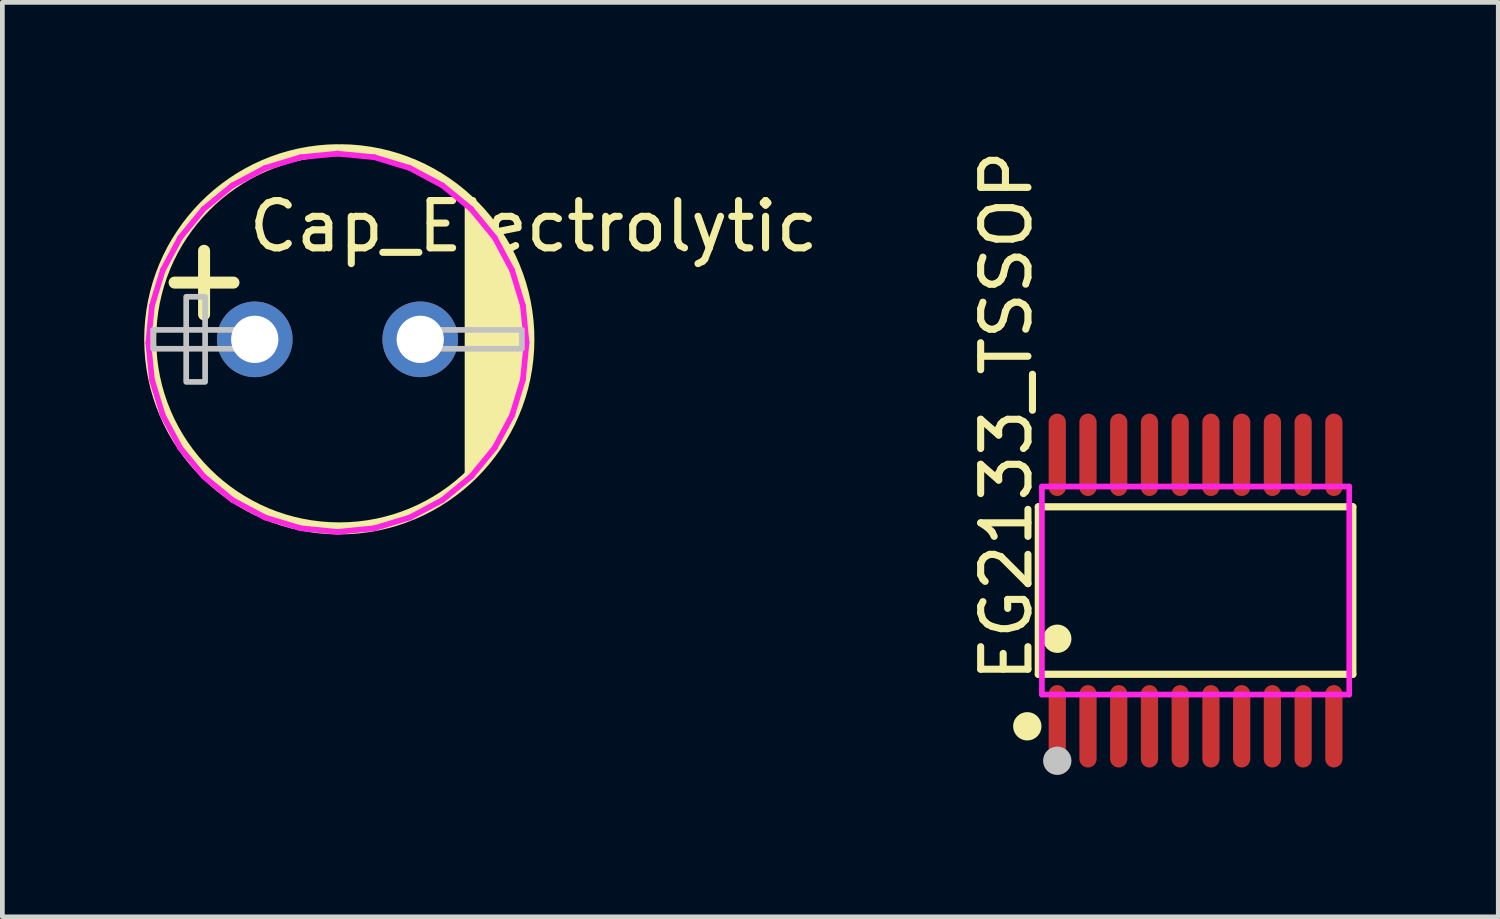
<source format=kicad_pcb>
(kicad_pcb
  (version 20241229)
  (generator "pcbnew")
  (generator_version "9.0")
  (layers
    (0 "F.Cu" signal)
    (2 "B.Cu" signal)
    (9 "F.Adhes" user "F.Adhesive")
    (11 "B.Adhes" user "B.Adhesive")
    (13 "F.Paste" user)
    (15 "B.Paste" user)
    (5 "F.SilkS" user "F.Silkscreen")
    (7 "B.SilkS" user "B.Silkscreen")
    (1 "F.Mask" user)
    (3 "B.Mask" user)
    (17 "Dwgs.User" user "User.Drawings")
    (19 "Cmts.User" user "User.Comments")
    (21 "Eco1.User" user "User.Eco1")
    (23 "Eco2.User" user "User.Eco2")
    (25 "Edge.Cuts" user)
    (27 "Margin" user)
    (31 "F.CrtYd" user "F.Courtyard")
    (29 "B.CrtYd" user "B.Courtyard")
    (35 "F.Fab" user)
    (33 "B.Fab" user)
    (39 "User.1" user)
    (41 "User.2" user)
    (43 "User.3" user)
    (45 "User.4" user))
  (footprint "EG2133_TSSOP"
    (layer "F.Cu")
    (at 22.236 9.44)
    (property "Reference" "EG2133_TSSOP" (at -4 2 90) (layer "F.SilkS") (effects (font (size 1 1) (thickness 0.15)) (justify left)))
    (attr through_hole)
    (fp_line (start -3.326 -1.771) (end 3.326 -1.771) (stroke (width 0.152) (type solid)) (layer "F.SilkS"))
    (fp_line (start -3.326 1.771) (end -3.326 -1.771) (stroke (width 0.152) (type solid)) (layer "F.SilkS"))
    (fp_line (start 3.326 -1.771) (end 3.326 1.771) (stroke (width 0.152) (type solid)) (layer "F.SilkS"))
    (fp_line (start 3.326 1.771) (end -3.326 1.771) (stroke (width 0.152) (type solid)) (layer "F.SilkS"))
    (fp_circle (center -3.559 2.871) (end -3.409 2.871) (stroke (width 0.3) (type solid)) (fill no) (layer "F.SilkS"))
    (fp_circle (center -2.925 1.019) (end -2.775 1.019) (stroke (width 0.3) (type solid)) (fill no) (layer "F.SilkS"))
    (fp_circle (center -2.925 3.6) (end -2.775 3.6) (stroke (width 0.3) (type solid)) (fill no) (layer "Dwgs.User"))
    (fp_line (start -3.055 -2.61) (end -3.055 -2.19) (stroke (width 0.12) (type solid)) (layer "Eco2.User"))
    (fp_line (start -3.055 -2.19) (end -2.795 -2.19) (stroke (width 0.12) (type solid)) (layer "Eco2.User"))
    (fp_line (start -3.055 2.19) (end -2.795 2.19) (stroke (width 0.12) (type solid)) (layer "Eco2.User"))
    (fp_line (start -3.055 2.61) (end -3.055 2.19) (stroke (width 0.12) (type solid)) (layer "Eco2.User"))
    (fp_line (start -2.795 -2.61) (end -3.055 -2.61) (stroke (width 0.12) (type solid)) (layer "Eco2.User"))
    (fp_line (start -2.795 -2.19) (end -2.795 -2.61) (stroke (width 0.12) (type solid)) (layer "Eco2.User"))
    (fp_line (start -2.795 2.19) (end -2.795 2.61) (stroke (width 0.12) (type solid)) (layer "Eco2.User"))
    (fp_line (start -2.795 2.61) (end -3.055 2.61) (stroke (width 0.12) (type solid)) (layer "Eco2.User"))
    (fp_line (start -2.405 -2.61) (end -2.405 -2.19) (stroke (width 0.12) (type solid)) (layer "Eco2.User"))
    (fp_line (start -2.405 -2.19) (end -2.145 -2.19) (stroke (width 0.12) (type solid)) (layer "Eco2.User"))
    (fp_line (start -2.405 2.19) (end -2.145 2.19) (stroke (width 0.12) (type solid)) (layer "Eco2.User"))
    (fp_line (start -2.405 2.61) (end -2.405 2.19) (stroke (width 0.12) (type solid)) (layer "Eco2.User"))
    (fp_line (start -2.145 -2.61) (end -2.405 -2.61) (stroke (width 0.12) (type solid)) (layer "Eco2.User"))
    (fp_line (start -2.145 -2.19) (end -2.145 -2.61) (stroke (width 0.12) (type solid)) (layer "Eco2.User"))
    (fp_line (start -2.145 2.19) (end -2.145 2.61) (stroke (width 0.12) (type solid)) (layer "Eco2.User"))
    (fp_line (start -2.145 2.61) (end -2.405 2.61) (stroke (width 0.12) (type solid)) (layer "Eco2.User"))
    (fp_line (start -1.755 -2.61) (end -1.755 -2.19) (stroke (width 0.12) (type solid)) (layer "Eco2.User"))
    (fp_line (start -1.755 -2.19) (end -1.495 -2.19) (stroke (width 0.12) (type solid)) (layer "Eco2.User"))
    (fp_line (start -1.755 2.19) (end -1.495 2.19) (stroke (width 0.12) (type solid)) (layer "Eco2.User"))
    (fp_line (start -1.755 2.61) (end -1.755 2.19) (stroke (width 0.12) (type solid)) (layer "Eco2.User"))
    (fp_line (start -1.495 -2.61) (end -1.755 -2.61) (stroke (width 0.12) (type solid)) (layer "Eco2.User"))
    (fp_line (start -1.495 -2.19) (end -1.495 -2.61) (stroke (width 0.12) (type solid)) (layer "Eco2.User"))
    (fp_line (start -1.495 2.19) (end -1.495 2.61) (stroke (width 0.12) (type solid)) (layer "Eco2.User"))
    (fp_line (start -1.495 2.61) (end -1.755 2.61) (stroke (width 0.12) (type solid)) (layer "Eco2.User"))
    (fp_line (start -1.105 -2.61) (end -1.105 -2.19) (stroke (width 0.12) (type solid)) (layer "Eco2.User"))
    (fp_line (start -1.105 -2.19) (end -0.845 -2.19) (stroke (width 0.12) (type solid)) (layer "Eco2.User"))
    (fp_line (start -1.105 2.19) (end -0.845 2.19) (stroke (width 0.12) (type solid)) (layer "Eco2.User"))
    (fp_line (start -1.105 2.61) (end -1.105 2.19) (stroke (width 0.12) (type solid)) (layer "Eco2.User"))
    (fp_line (start -0.845 -2.61) (end -1.105 -2.61) (stroke (width 0.12) (type solid)) (layer "Eco2.User"))
    (fp_line (start -0.845 -2.19) (end -0.845 -2.61) (stroke (width 0.12) (type solid)) (layer "Eco2.User"))
    (fp_line (start -0.845 2.19) (end -0.845 2.61) (stroke (width 0.12) (type solid)) (layer "Eco2.User"))
    (fp_line (start -0.845 2.61) (end -1.105 2.61) (stroke (width 0.12) (type solid)) (layer "Eco2.User"))
    (fp_line (start -0.455 -2.61) (end -0.455 -2.19) (stroke (width 0.12) (type solid)) (layer "Eco2.User"))
    (fp_line (start -0.455 -2.19) (end -0.195 -2.19) (stroke (width 0.12) (type solid)) (layer "Eco2.User"))
    (fp_line (start -0.455 2.19) (end -0.195 2.19) (stroke (width 0.12) (type solid)) (layer "Eco2.User"))
    (fp_line (start -0.455 2.61) (end -0.455 2.19) (stroke (width 0.12) (type solid)) (layer "Eco2.User"))
    (fp_line (start -0.195 -2.61) (end -0.455 -2.61) (stroke (width 0.12) (type solid)) (layer "Eco2.User"))
    (fp_line (start -0.195 -2.19) (end -0.195 -2.61) (stroke (width 0.12) (type solid)) (layer "Eco2.User"))
    (fp_line (start -0.195 2.19) (end -0.195 2.61) (stroke (width 0.12) (type solid)) (layer "Eco2.User"))
    (fp_line (start -0.195 2.61) (end -0.455 2.61) (stroke (width 0.12) (type solid)) (layer "Eco2.User"))
    (fp_line (start 0.195 -2.61) (end 0.195 -2.19) (stroke (width 0.12) (type solid)) (layer "Eco2.User"))
    (fp_line (start 0.195 -2.19) (end 0.455 -2.19) (stroke (width 0.12) (type solid)) (layer "Eco2.User"))
    (fp_line (start 0.195 2.19) (end 0.455 2.19) (stroke (width 0.12) (type solid)) (layer "Eco2.User"))
    (fp_line (start 0.195 2.61) (end 0.195 2.19) (stroke (width 0.12) (type solid)) (layer "Eco2.User"))
    (fp_line (start 0.455 -2.61) (end 0.195 -2.61) (stroke (width 0.12) (type solid)) (layer "Eco2.User"))
    (fp_line (start 0.455 -2.19) (end 0.455 -2.61) (stroke (width 0.12) (type solid)) (layer "Eco2.User"))
    (fp_line (start 0.455 2.19) (end 0.455 2.61) (stroke (width 0.12) (type solid)) (layer "Eco2.User"))
    (fp_line (start 0.455 2.61) (end 0.195 2.61) (stroke (width 0.12) (type solid)) (layer "Eco2.User"))
    (fp_line (start 0.845 -2.61) (end 0.845 -2.19) (stroke (width 0.12) (type solid)) (layer "Eco2.User"))
    (fp_line (start 0.845 -2.19) (end 1.105 -2.19) (stroke (width 0.12) (type solid)) (layer "Eco2.User"))
    (fp_line (start 0.845 2.19) (end 1.105 2.19) (stroke (width 0.12) (type solid)) (layer "Eco2.User"))
    (fp_line (start 0.845 2.61) (end 0.845 2.19) (stroke (width 0.12) (type solid)) (layer "Eco2.User"))
    (fp_line (start 1.105 -2.61) (end 0.845 -2.61) (stroke (width 0.12) (type solid)) (layer "Eco2.User"))
    (fp_line (start 1.105 -2.19) (end 1.105 -2.61) (stroke (width 0.12) (type solid)) (layer "Eco2.User"))
    (fp_line (start 1.105 2.19) (end 1.105 2.61) (stroke (width 0.12) (type solid)) (layer "Eco2.User"))
    (fp_line (start 1.105 2.61) (end 0.845 2.61) (stroke (width 0.12) (type solid)) (layer "Eco2.User"))
    (fp_line (start 1.495 -2.61) (end 1.495 -2.19) (stroke (width 0.12) (type solid)) (layer "Eco2.User"))
    (fp_line (start 1.495 -2.19) (end 1.755 -2.19) (stroke (width 0.12) (type solid)) (layer "Eco2.User"))
    (fp_line (start 1.495 2.19) (end 1.755 2.19) (stroke (width 0.12) (type solid)) (layer "Eco2.User"))
    (fp_line (start 1.495 2.61) (end 1.495 2.19) (stroke (width 0.12) (type solid)) (layer "Eco2.User"))
    (fp_line (start 1.755 -2.61) (end 1.495 -2.61) (stroke (width 0.12) (type solid)) (layer "Eco2.User"))
    (fp_line (start 1.755 -2.19) (end 1.755 -2.61) (stroke (width 0.12) (type solid)) (layer "Eco2.User"))
    (fp_line (start 1.755 2.19) (end 1.755 2.61) (stroke (width 0.12) (type solid)) (layer "Eco2.User"))
    (fp_line (start 1.755 2.61) (end 1.495 2.61) (stroke (width 0.12) (type solid)) (layer "Eco2.User"))
    (fp_line (start 2.145 -2.61) (end 2.145 -2.19) (stroke (width 0.12) (type solid)) (layer "Eco2.User"))
    (fp_line (start 2.145 -2.19) (end 2.405 -2.19) (stroke (width 0.12) (type solid)) (layer "Eco2.User"))
    (fp_line (start 2.145 2.19) (end 2.405 2.19) (stroke (width 0.12) (type solid)) (layer "Eco2.User"))
    (fp_line (start 2.145 2.61) (end 2.145 2.19) (stroke (width 0.12) (type solid)) (layer "Eco2.User"))
    (fp_line (start 2.405 -2.61) (end 2.145 -2.61) (stroke (width 0.12) (type solid)) (layer "Eco2.User"))
    (fp_line (start 2.405 -2.19) (end 2.405 -2.61) (stroke (width 0.12) (type solid)) (layer "Eco2.User"))
    (fp_line (start 2.405 2.19) (end 2.405 2.61) (stroke (width 0.12) (type solid)) (layer "Eco2.User"))
    (fp_line (start 2.405 2.61) (end 2.145 2.61) (stroke (width 0.12) (type solid)) (layer "Eco2.User"))
    (fp_line (start 2.795 -2.61) (end 2.795 -2.19) (stroke (width 0.12) (type solid)) (layer "Eco2.User"))
    (fp_line (start 2.795 -2.19) (end 3.055 -2.19) (stroke (width 0.12) (type solid)) (layer "Eco2.User"))
    (fp_line (start 2.795 2.19) (end 3.055 2.19) (stroke (width 0.12) (type solid)) (layer "Eco2.User"))
    (fp_line (start 2.795 2.61) (end 2.795 2.19) (stroke (width 0.12) (type solid)) (layer "Eco2.User"))
    (fp_line (start 3.055 -2.61) (end 2.795 -2.61) (stroke (width 0.12) (type solid)) (layer "Eco2.User"))
    (fp_line (start 3.055 -2.19) (end 3.055 -2.61) (stroke (width 0.12) (type solid)) (layer "Eco2.User"))
    (fp_line (start 3.055 2.19) (end 3.055 2.61) (stroke (width 0.12) (type solid)) (layer "Eco2.User"))
    (fp_line (start 3.055 2.61) (end 2.795 2.61) (stroke (width 0.12) (type solid)) (layer "Eco2.User"))
    (fp_circle (center -3.25 3.2) (end -3.22 3.2) (stroke (width 0.06) (type solid)) (fill no) (layer "Eco2.User"))
    (fp_poly (pts (xy -3.055 -3.2) (xy -3.055 -2.6) (xy -2.795 -2.6) (xy -2.795 -3.2)) (stroke (width 0.12) (type solid)) (fill no) (layer "Eco2.User"))
    (fp_poly (pts (xy -3.055 3.2) (xy -3.055 2.6) (xy -2.795 2.6) (xy -2.795 3.2)) (stroke (width 0.12) (type solid)) (fill no) (layer "Eco2.User"))
    (fp_poly (pts (xy -2.405 -3.2) (xy -2.405 -2.6) (xy -2.145 -2.6) (xy -2.145 -3.2)) (stroke (width 0.12) (type solid)) (fill no) (layer "Eco2.User"))
    (fp_poly (pts (xy -2.405 3.2) (xy -2.405 2.6) (xy -2.145 2.6) (xy -2.145 3.2)) (stroke (width 0.12) (type solid)) (fill no) (layer "Eco2.User"))
    (fp_poly (pts (xy -1.755 -3.2) (xy -1.755 -2.6) (xy -1.495 -2.6) (xy -1.495 -3.2)) (stroke (width 0.12) (type solid)) (fill no) (layer "Eco2.User"))
    (fp_poly (pts (xy -1.755 3.2) (xy -1.755 2.6) (xy -1.495 2.6) (xy -1.495 3.2)) (stroke (width 0.12) (type solid)) (fill no) (layer "Eco2.User"))
    (fp_poly (pts (xy -1.105 -3.2) (xy -1.105 -2.6) (xy -0.845 -2.6) (xy -0.845 -3.2)) (stroke (width 0.12) (type solid)) (fill no) (layer "Eco2.User"))
    (fp_poly (pts (xy -1.105 3.2) (xy -1.105 2.6) (xy -0.845 2.6) (xy -0.845 3.2)) (stroke (width 0.12) (type solid)) (fill no) (layer "Eco2.User"))
    (fp_poly (pts (xy -0.455 -3.2) (xy -0.455 -2.6) (xy -0.195 -2.6) (xy -0.195 -3.2)) (stroke (width 0.12) (type solid)) (fill no) (layer "Eco2.User"))
    (fp_poly (pts (xy -0.455 3.2) (xy -0.455 2.6) (xy -0.195 2.6) (xy -0.195 3.2)) (stroke (width 0.12) (type solid)) (fill no) (layer "Eco2.User"))
    (fp_poly (pts (xy 0.195 -3.2) (xy 0.195 -2.6) (xy 0.455 -2.6) (xy 0.455 -3.2)) (stroke (width 0.12) (type solid)) (fill no) (layer "Eco2.User"))
    (fp_poly (pts (xy 0.195 3.2) (xy 0.195 2.6) (xy 0.455 2.6) (xy 0.455 3.2)) (stroke (width 0.12) (type solid)) (fill no) (layer "Eco2.User"))
    (fp_poly (pts (xy 0.845 -3.2) (xy 0.845 -2.6) (xy 1.105 -2.6) (xy 1.105 -3.2)) (stroke (width 0.12) (type solid)) (fill no) (layer "Eco2.User"))
    (fp_poly (pts (xy 0.845 3.2) (xy 0.845 2.6) (xy 1.105 2.6) (xy 1.105 3.2)) (stroke (width 0.12) (type solid)) (fill no) (layer "Eco2.User"))
    (fp_poly (pts (xy 1.495 -3.2) (xy 1.495 -2.6) (xy 1.755 -2.6) (xy 1.755 -3.2)) (stroke (width 0.12) (type solid)) (fill no) (layer "Eco2.User"))
    (fp_poly (pts (xy 1.495 3.2) (xy 1.495 2.6) (xy 1.755 2.6) (xy 1.755 3.2)) (stroke (width 0.12) (type solid)) (fill no) (layer "Eco2.User"))
    (fp_poly (pts (xy 2.145 -3.2) (xy 2.145 -2.6) (xy 2.405 -2.6) (xy 2.405 -3.2)) (stroke (width 0.12) (type solid)) (fill no) (layer "Eco2.User"))
    (fp_poly (pts (xy 2.145 3.2) (xy 2.145 2.6) (xy 2.405 2.6) (xy 2.405 3.2)) (stroke (width 0.12) (type solid)) (fill no) (layer "Eco2.User"))
    (fp_poly (pts (xy 2.795 -3.2) (xy 2.795 -2.6) (xy 3.055 -2.6) (xy 3.055 -3.2)) (stroke (width 0.12) (type solid)) (fill no) (layer "Eco2.User"))
    (fp_poly (pts (xy 2.795 3.2) (xy 2.795 2.6) (xy 3.055 2.6) (xy 3.055 3.2)) (stroke (width 0.12) (type solid)) (fill no) (layer "Eco2.User"))
    (fp_line (start -3.25 -2.2) (end 3.25 -2.2) (stroke (width 0.12) (type solid)) (layer "F.CrtYd"))
    (fp_line (start -3.25 2.2) (end -3.25 -2.2) (stroke (width 0.12) (type solid)) (layer "F.CrtYd"))
    (fp_line (start 3.25 -2.2) (end 3.25 2.2) (stroke (width 0.12) (type solid)) (layer "F.CrtYd"))
    (fp_line (start 3.25 2.2) (end -3.25 2.2) (stroke (width 0.12) (type solid)) (layer "F.CrtYd"))
    (pad "1" smd oval (at -2.925 2.871) (size 0.364 1.742) (layers "F.Cu" "F.Mask" "F.Paste"))
    (pad "2" smd oval (at -2.275 2.871) (size 0.364 1.742) (layers "F.Cu" "F.Mask" "F.Paste"))
    (pad "3" smd oval (at -1.625 2.871) (size 0.364 1.742) (layers "F.Cu" "F.Mask" "F.Paste"))
    (pad "4" smd oval (at -0.975 2.871) (size 0.364 1.742) (layers "F.Cu" "F.Mask" "F.Paste"))
    (pad "5" smd oval (at -0.325 2.871) (size 0.364 1.742) (layers "F.Cu" "F.Mask" "F.Paste"))
    (pad "6" smd oval (at 0.325 2.871) (size 0.364 1.742) (layers "F.Cu" "F.Mask" "F.Paste"))
    (pad "7" smd oval (at 0.975 2.871) (size 0.364 1.742) (layers "F.Cu" "F.Mask" "F.Paste"))
    (pad "8" smd oval (at 1.625 2.871) (size 0.364 1.742) (layers "F.Cu" "F.Mask" "F.Paste"))
    (pad "9" smd oval (at 2.275 2.871) (size 0.364 1.742) (layers "F.Cu" "F.Mask" "F.Paste"))
    (pad "10" smd oval (at 2.925 2.871) (size 0.364 1.742) (layers "F.Cu" "F.Mask" "F.Paste"))
    (pad "11" smd oval (at 2.925 -2.871) (size 0.364 1.742) (layers "F.Cu" "F.Mask" "F.Paste"))
    (pad "12" smd oval (at 2.275 -2.871) (size 0.364 1.742) (layers "F.Cu" "F.Mask" "F.Paste"))
    (pad "13" smd oval (at 1.625 -2.871) (size 0.364 1.742) (layers "F.Cu" "F.Mask" "F.Paste"))
    (pad "14" smd oval (at 0.975 -2.871) (size 0.364 1.742) (layers "F.Cu" "F.Mask" "F.Paste"))
    (pad "15" smd oval (at 0.325 -2.871) (size 0.364 1.742) (layers "F.Cu" "F.Mask" "F.Paste"))
    (pad "16" smd oval (at -0.325 -2.871) (size 0.364 1.742) (layers "F.Cu" "F.Mask" "F.Paste"))
    (pad "17" smd oval (at -0.975 -2.871) (size 0.364 1.742) (layers "F.Cu" "F.Mask" "F.Paste"))
    (pad "18" smd oval (at -1.625 -2.871) (size 0.364 1.742) (layers "F.Cu" "F.Mask" "F.Paste"))
    (pad "19" smd oval (at -2.275 -2.871) (size 0.364 1.742) (layers "F.Cu" "F.Mask" "F.Paste"))
    (pad "20" smd oval (at -2.925 -2.871) (size 0.364 1.742) (layers "F.Cu" "F.Mask" "F.Paste")))
  (footprint "Cap_Electrolytic"
    (layer "F.Cu")
    (at 4.088 4.127)
    (property "Reference" "Cap_Electrolytic" (at -1.95 -2.39 0) (layer "F.SilkS") (effects (font (size 1 1) (thickness 0.15)) (justify left)))
    (attr through_hole)
    (fp_line (start -2.822 -0.527) (end -2.822 -1.873) (stroke (width 0.254) (type solid)) (layer "F.SilkS"))
    (fp_line (start -2.2 -1.2) (end -3.445 -1.2) (stroke (width 0.254) (type solid)) (layer "F.SilkS"))
    (fp_arc (start 0.074 -4) (mid 0.037552 3.998162) (end 0.002895 -4.000008) (stroke (width 0.254) (type solid)) (layer "F.SilkS"))
    (fp_poly (pts (xy 2.75 3) (xy 3.275 2.328) (xy 3.658 1.566) (xy 3.886 0.744) (xy 3.949 -0.106) (xy 3.844 -0.952) (xy 3.577 -1.762) (xy 3.157 -2.504) (xy 2.75 -3)) (stroke (width 0.12) (type solid)) (fill yes) (layer "F.SilkS"))
    (fp_poly (pts (xy -3.2 -0.5) (xy -3.2 0.9) (xy -2.8 0.9) (xy -2.8 -0.7) (xy -2.8 -0.9) (xy -3.2 -0.9)) (stroke (width 0.12) (type solid)) (fill no) (layer "Dwgs.User"))
    (fp_poly (pts (xy -2.5 -0.2) (xy -3.9 -0.2) (xy -3.9 0.2) (xy -2.3 0.2) (xy -2.1 0.2) (xy -2.1 -0.2)) (stroke (width 0.12) (type solid)) (fill no) (layer "Dwgs.User"))
    (fp_poly (pts (xy 3.5 -0.2) (xy 2.1 -0.2) (xy 2.1 0.2) (xy 3.7 0.2) (xy 3.9 0.2) (xy 3.9 -0.2)) (stroke (width 0.12) (type solid)) (fill no) (layer "Dwgs.User"))
    (fp_circle (center -4.001 4.072) (end -3.971 4.072) (stroke (width 0.06) (type solid)) (fill no) (layer "Eco2.User"))
    (fp_circle (center -1.75 0) (end -1.6 0) (stroke (width 0.3) (type solid)) (fill no) (layer "Eco2.User"))
    (fp_circle (center 1.75 0) (end 1.9 0) (stroke (width 0.3) (type solid)) (fill no) (layer "Eco2.User"))
    (fp_line (start -4.001 0.073) (end -3.924 0.853) (stroke (width 0.12) (type solid)) (layer "F.CrtYd"))
    (fp_line (start -3.925 -0.707) (end -4.001 0.073) (stroke (width 0.12) (type solid)) (layer "F.CrtYd"))
    (fp_line (start -3.924 0.853) (end -3.696 1.604) (stroke (width 0.12) (type solid)) (layer "F.CrtYd"))
    (fp_line (start -3.697 -1.458) (end -3.925 -0.707) (stroke (width 0.12) (type solid)) (layer "F.CrtYd"))
    (fp_line (start -3.696 1.604) (end -3.327 2.295) (stroke (width 0.12) (type solid)) (layer "F.CrtYd"))
    (fp_line (start -3.328 -2.15) (end -3.697 -1.458) (stroke (width 0.12) (type solid)) (layer "F.CrtYd"))
    (fp_line (start -3.327 2.295) (end -2.829 2.901) (stroke (width 0.12) (type solid)) (layer "F.CrtYd"))
    (fp_line (start -2.831 -2.756) (end -3.328 -2.15) (stroke (width 0.12) (type solid)) (layer "F.CrtYd"))
    (fp_line (start -2.829 2.901) (end -2.223 3.398) (stroke (width 0.12) (type solid)) (layer "F.CrtYd"))
    (fp_line (start -2.225 -3.254) (end -2.831 -2.756) (stroke (width 0.12) (type solid)) (layer "F.CrtYd"))
    (fp_line (start -2.223 3.398) (end -1.531 3.768) (stroke (width 0.12) (type solid)) (layer "F.CrtYd"))
    (fp_line (start -1.533 -3.623) (end -2.225 -3.254) (stroke (width 0.12) (type solid)) (layer "F.CrtYd"))
    (fp_line (start -1.531 3.768) (end -0.78 3.995) (stroke (width 0.12) (type solid)) (layer "F.CrtYd"))
    (fp_line (start -0.783 -3.851) (end -1.533 -3.623) (stroke (width 0.12) (type solid)) (layer "F.CrtYd"))
    (fp_line (start -0.78 3.995) (end -0.003 4.072) (stroke (width 0.12) (type solid)) (layer "F.CrtYd"))
    (fp_line (start -0.003 -3.928) (end -0.783 -3.851) (stroke (width 0.12) (type solid)) (layer "F.CrtYd"))
    (fp_line (start -0.003 4.072) (end 0 4.072) (stroke (width 0.12) (type solid)) (layer "F.CrtYd"))
    (fp_line (start 0 4.072) (end 0.78 3.995) (stroke (width 0.12) (type solid)) (layer "F.CrtYd"))
    (fp_line (start 0.778 -3.852) (end -0.003 -3.928) (stroke (width 0.12) (type solid)) (layer "F.CrtYd"))
    (fp_line (start 0.78 3.995) (end 1.531 3.767) (stroke (width 0.12) (type solid)) (layer "F.CrtYd"))
    (fp_line (start 1.528 -3.624) (end 0.778 -3.852) (stroke (width 0.12) (type solid)) (layer "F.CrtYd"))
    (fp_line (start 1.531 3.767) (end 2.222 3.397) (stroke (width 0.12) (type solid)) (layer "F.CrtYd"))
    (fp_line (start 2.22 -3.255) (end 1.528 -3.624) (stroke (width 0.12) (type solid)) (layer "F.CrtYd"))
    (fp_line (start 2.222 3.397) (end 2.828 2.899) (stroke (width 0.12) (type solid)) (layer "F.CrtYd"))
    (fp_line (start 2.826 -2.758) (end 2.22 -3.255) (stroke (width 0.12) (type solid)) (layer "F.CrtYd"))
    (fp_line (start 2.828 2.899) (end 3.325 2.293) (stroke (width 0.12) (type solid)) (layer "F.CrtYd"))
    (fp_line (start 3.324 -2.152) (end 2.826 -2.758) (stroke (width 0.12) (type solid)) (layer "F.CrtYd"))
    (fp_line (start 3.325 2.293) (end 3.695 1.601) (stroke (width 0.12) (type solid)) (layer "F.CrtYd"))
    (fp_line (start 3.694 -1.46) (end 3.324 -2.152) (stroke (width 0.12) (type solid)) (layer "F.CrtYd"))
    (fp_line (start 3.695 1.601) (end 3.922 0.851) (stroke (width 0.12) (type solid)) (layer "F.CrtYd"))
    (fp_line (start 3.922 -0.71) (end 3.694 -1.46) (stroke (width 0.12) (type solid)) (layer "F.CrtYd"))
    (fp_line (start 3.922 0.851) (end 3.999 0.07) (stroke (width 0.12) (type solid)) (layer "F.CrtYd"))
    (fp_line (start 3.999 0.07) (end 3.922 -0.71) (stroke (width 0.12) (type solid)) (layer "F.CrtYd"))
    (pad "1" thru_hole circle (at -1.75 0 90) (size 1.6 1.6) (drill 1) (layers "*.Cu" "*.Mask"))
    (pad "2" thru_hole circle (at 1.75 0 90) (size 1.6 1.6) (drill 1) (layers "*.Cu" "*.Mask")))
  (gr_rect
    (start -3 -3)
    (end 28.638 16.34)
    (stroke (width 0.1) (type default))
    (fill no)
    (layer "Edge.Cuts")))
</source>
